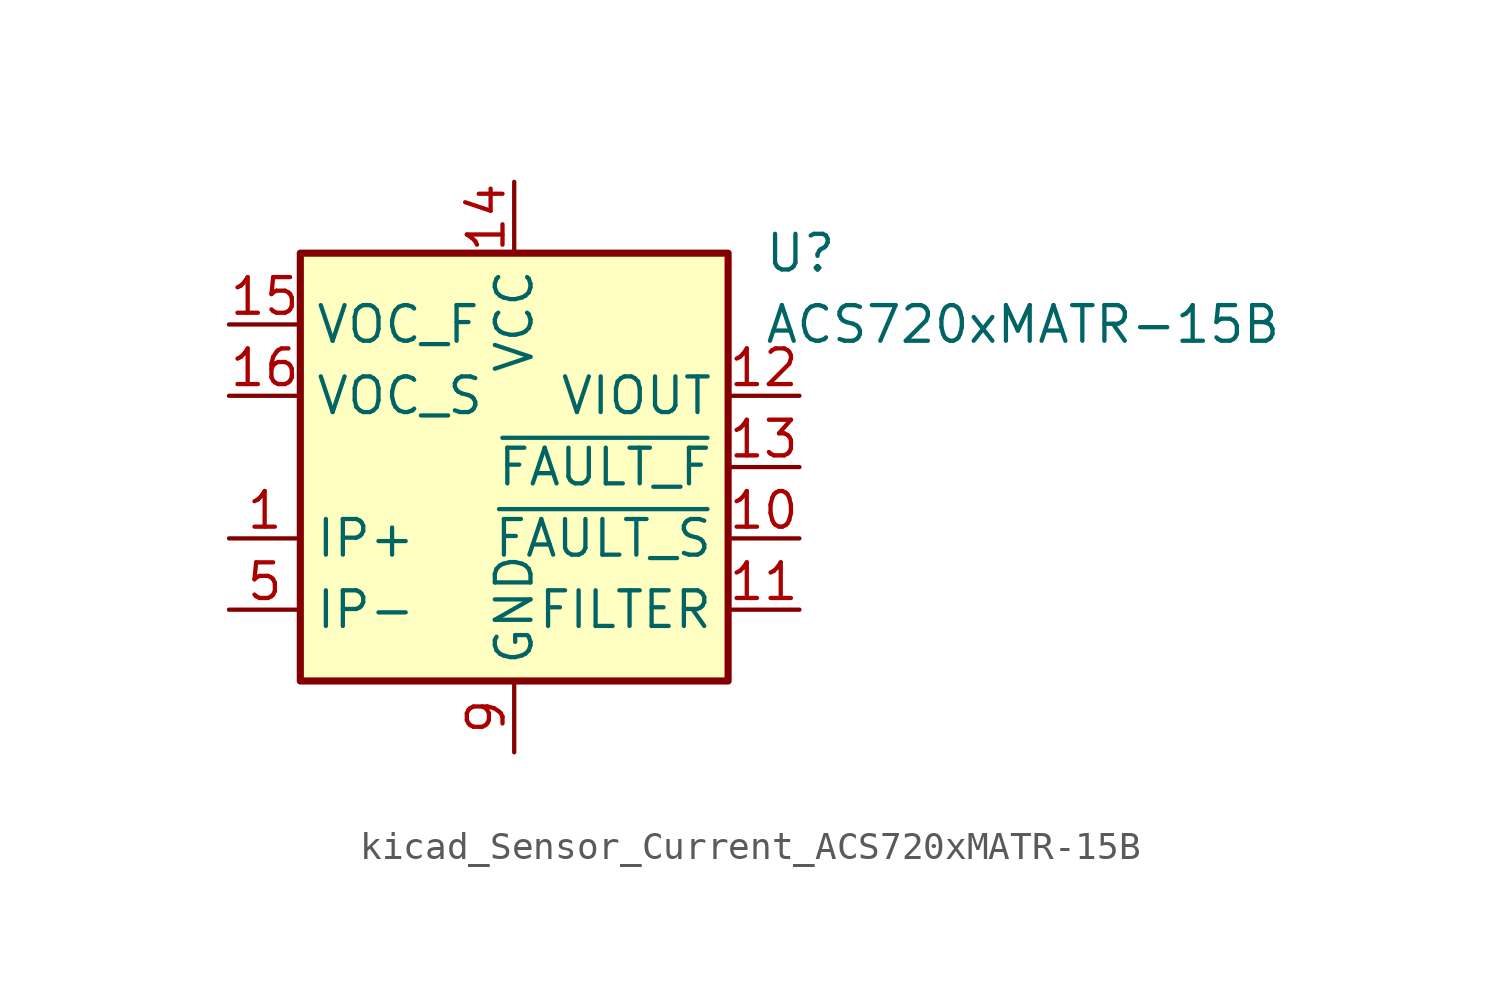
<source format=kicad_sym>
(kicad_symbol_lib
  (version 20220914)
  (generator kicad_symbol_editor)
  (symbol "kicad_Sensor_Current_ACS720xMATR-15B"
    (property "Reference" "U"
      (at 8.89 7.62 0)
      (effects (font (size 1.27 1.27)) (justify left)))
    (property "Value" "ACS720xMATR-15B"
      (at 8.89 5.08 0)
      (effects (font (size 1.27 1.27)) (justify left)))
    (symbol "kicad_Sensor_Current_ACS720xMATR-15B_0_1"
      (rectangle (start -7.62 7.62) (end 7.62 -7.62) (stroke (width 0.254) (type default)) (fill (type background))))
    (symbol "kicad_Sensor_Current_ACS720xMATR-15B_1_1"
      (pin passive line (at -10.16 -2.54 0) (length 2.54) (name "IP+" (effects (font (size 1.27 1.27)))) (number "1" (effects (font (size 1.27 1.27)))))
      (pin open_collector line (at 10.16 -2.54 180) (length 2.54) (name "~{FAULT_S}" (effects (font (size 1.27 1.27)))) (number "10" (effects (font (size 1.27 1.27)))))
      (pin passive line (at 10.16 -5.08 180) (length 2.54) (name "FILTER" (effects (font (size 1.27 1.27)))) (number "11" (effects (font (size 1.27 1.27)))))
      (pin output line (at 10.16 2.54 180) (length 2.54) (name "VIOUT" (effects (font (size 1.27 1.27)))) (number "12" (effects (font (size 1.27 1.27)))))
      (pin open_collector line (at 10.16 0 180) (length 2.54) (name "~{FAULT_F}" (effects (font (size 1.27 1.27)))) (number "13" (effects (font (size 1.27 1.27)))))
      (pin power_in line (at 0 10.16 270) (length 2.54) (name "VCC" (effects (font (size 1.27 1.27)))) (number "14" (effects (font (size 1.27 1.27)))))
      (pin input line (at -10.16 5.08 0) (length 2.54) (name "VOC_F" (effects (font (size 1.27 1.27)))) (number "15" (effects (font (size 1.27 1.27)))))
      (pin input line (at -10.16 2.54 0) (length 2.54) (name "VOC_S" (effects (font (size 1.27 1.27)))) (number "16" (effects (font (size 1.27 1.27)))))
      (pin passive line (at -10.16 -2.54 0) (length 2.54) hide (name "IP+" (effects (font (size 1.27 1.27)))) (number "2" (effects (font (size 1.27 1.27)))))
      (pin passive line (at -10.16 -2.54 0) (length 2.54) hide (name "IP+" (effects (font (size 1.27 1.27)))) (number "3" (effects (font (size 1.27 1.27)))))
      (pin passive line (at -10.16 -2.54 0) (length 2.54) hide (name "IP+" (effects (font (size 1.27 1.27)))) (number "4" (effects (font (size 1.27 1.27)))))
      (pin passive line (at -10.16 -5.08 0) (length 2.54) (name "IP-" (effects (font (size 1.27 1.27)))) (number "5" (effects (font (size 1.27 1.27)))))
      (pin passive line (at -10.16 -5.08 0) (length 2.54) hide (name "IP-" (effects (font (size 1.27 1.27)))) (number "6" (effects (font (size 1.27 1.27)))))
      (pin passive line (at -10.16 -5.08 0) (length 2.54) hide (name "IP-" (effects (font (size 1.27 1.27)))) (number "7" (effects (font (size 1.27 1.27)))))
      (pin passive line (at -10.16 -5.08 0) (length 2.54) hide (name "IP-" (effects (font (size 1.27 1.27)))) (number "8" (effects (font (size 1.27 1.27)))))
      (pin power_in line (at 0 -10.16 90) (length 2.54) (name "GND" (effects (font (size 1.27 1.27)))) (number "9" (effects (font (size 1.27 1.27))))))))
</source>
